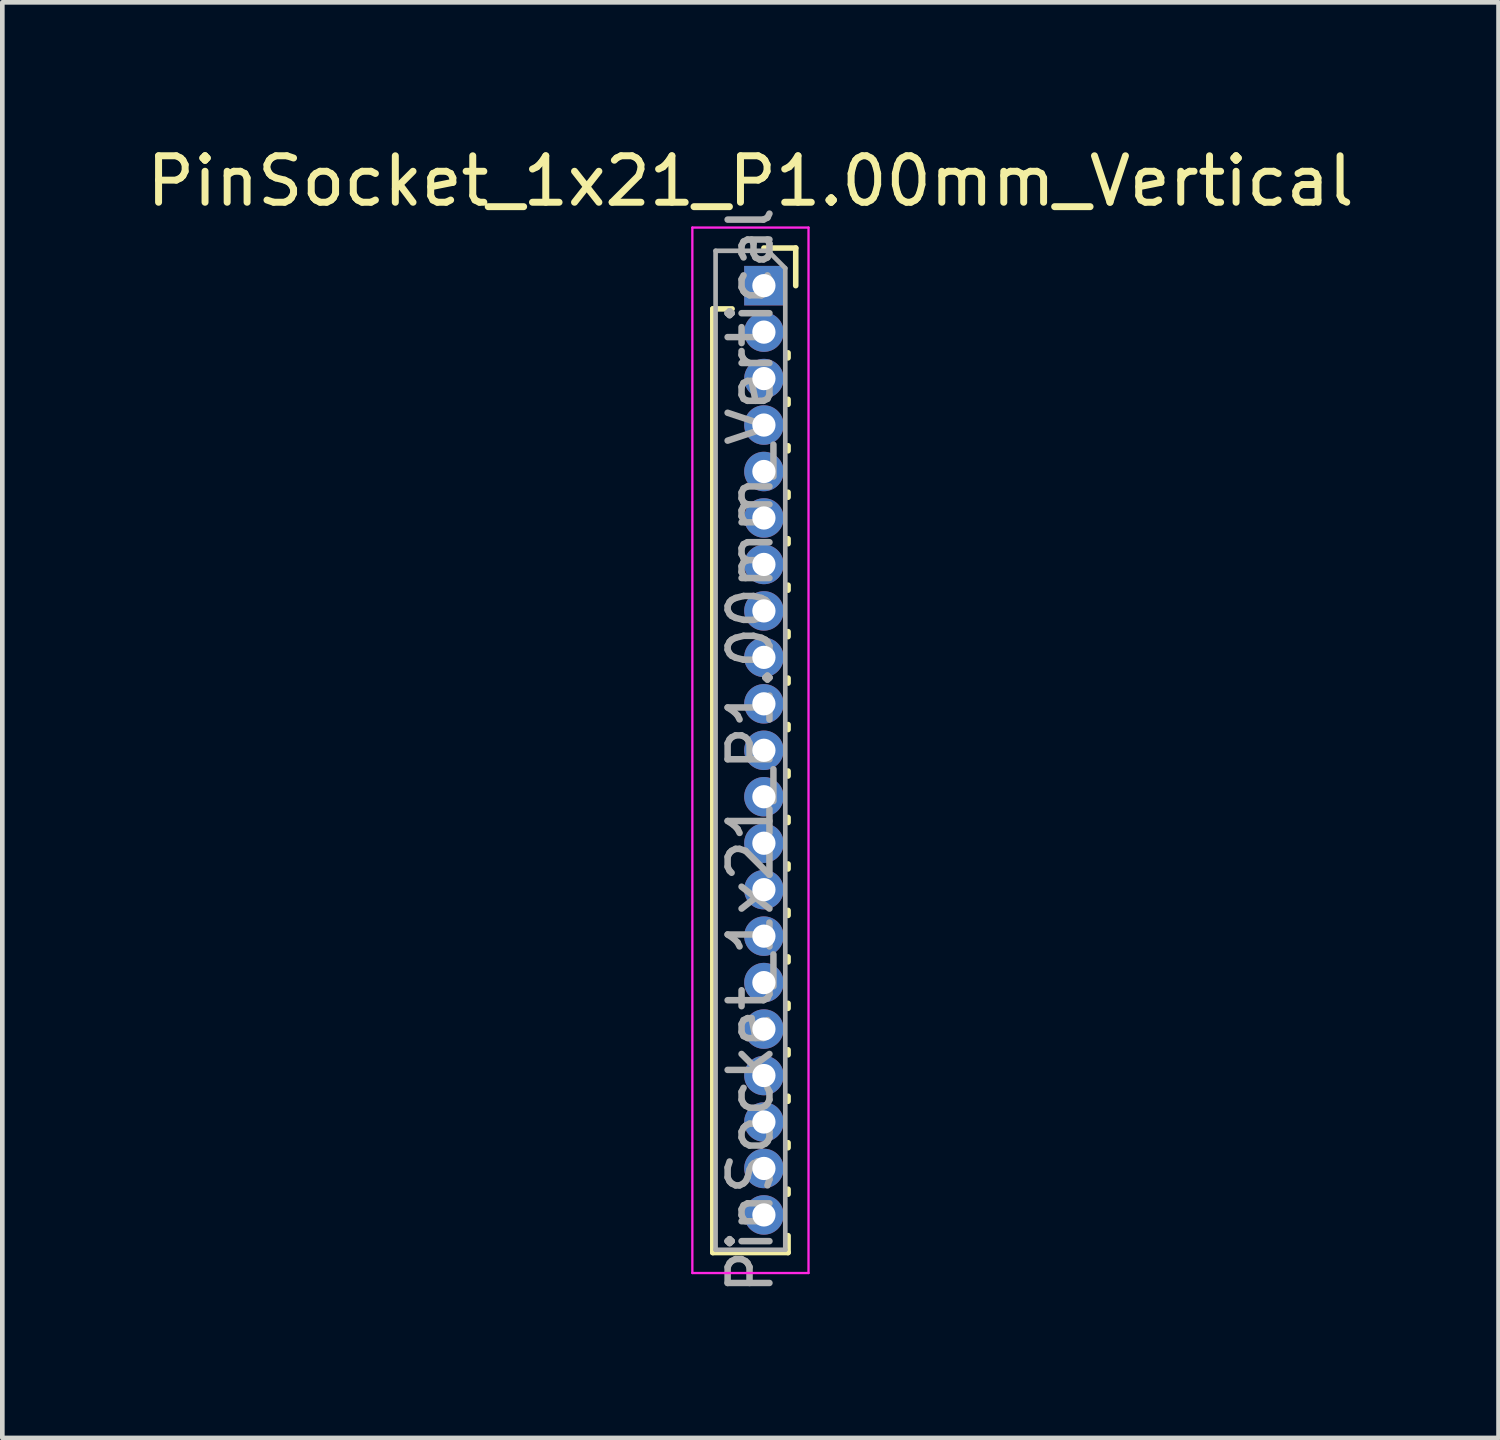
<source format=kicad_pcb>
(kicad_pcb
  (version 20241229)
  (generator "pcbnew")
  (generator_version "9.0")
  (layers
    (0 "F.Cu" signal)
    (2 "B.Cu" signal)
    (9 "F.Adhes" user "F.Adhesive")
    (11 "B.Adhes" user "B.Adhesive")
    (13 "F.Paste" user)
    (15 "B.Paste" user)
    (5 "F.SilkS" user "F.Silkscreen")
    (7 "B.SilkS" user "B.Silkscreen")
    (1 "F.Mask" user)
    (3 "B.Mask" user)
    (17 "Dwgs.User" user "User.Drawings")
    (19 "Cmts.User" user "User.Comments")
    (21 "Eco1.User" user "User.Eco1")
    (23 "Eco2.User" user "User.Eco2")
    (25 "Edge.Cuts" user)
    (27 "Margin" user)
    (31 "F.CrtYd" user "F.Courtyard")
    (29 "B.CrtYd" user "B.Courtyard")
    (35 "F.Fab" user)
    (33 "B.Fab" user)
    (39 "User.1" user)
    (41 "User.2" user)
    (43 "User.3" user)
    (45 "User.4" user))
  (footprint "PinSocket_1x21_P1.00mm_Vertical"
    (layer "F.Cu")
    (at 13.391 3.098)
    (property "Reference" "PinSocket_1x21_P1.00mm_Vertical" (at -0.29 -2.25 0) (layer "F.SilkS") (effects (font (size 1 1) (thickness 0.15))))
    (attr through_hole)
    (fp_line (start -1.1 0.5) (end -1.1 20.81) (stroke (width 0.12) (type solid)) (layer "F.SilkS"))
    (fp_line (start -1.1 0.5) (end -0.685 0.5) (stroke (width 0.12) (type solid)) (layer "F.SilkS"))
    (fp_line (start -1.1 20.81) (end 0.52 20.81) (stroke (width 0.12) (type solid)) (layer "F.SilkS"))
    (fp_line (start 0 -0.81) (end 0.685 -0.81) (stroke (width 0.12) (type solid)) (layer "F.SilkS"))
    (fp_line (start 0.52 1.446) (end 0.52 1.554) (stroke (width 0.12) (type solid)) (layer "F.SilkS"))
    (fp_line (start 0.52 2.446) (end 0.52 2.554) (stroke (width 0.12) (type solid)) (layer "F.SilkS"))
    (fp_line (start 0.52 3.446) (end 0.52 3.554) (stroke (width 0.12) (type solid)) (layer "F.SilkS"))
    (fp_line (start 0.52 4.446) (end 0.52 4.554) (stroke (width 0.12) (type solid)) (layer "F.SilkS"))
    (fp_line (start 0.52 5.446) (end 0.52 5.554) (stroke (width 0.12) (type solid)) (layer "F.SilkS"))
    (fp_line (start 0.52 6.446) (end 0.52 6.554) (stroke (width 0.12) (type solid)) (layer "F.SilkS"))
    (fp_line (start 0.52 7.446) (end 0.52 7.554) (stroke (width 0.12) (type solid)) (layer "F.SilkS"))
    (fp_line (start 0.52 8.446) (end 0.52 8.554) (stroke (width 0.12) (type solid)) (layer "F.SilkS"))
    (fp_line (start 0.52 9.446) (end 0.52 9.554) (stroke (width 0.12) (type solid)) (layer "F.SilkS"))
    (fp_line (start 0.52 10.446) (end 0.52 10.554) (stroke (width 0.12) (type solid)) (layer "F.SilkS"))
    (fp_line (start 0.52 11.446) (end 0.52 11.554) (stroke (width 0.12) (type solid)) (layer "F.SilkS"))
    (fp_line (start 0.52 12.446) (end 0.52 12.554) (stroke (width 0.12) (type solid)) (layer "F.SilkS"))
    (fp_line (start 0.52 13.446) (end 0.52 13.554) (stroke (width 0.12) (type solid)) (layer "F.SilkS"))
    (fp_line (start 0.52 14.446) (end 0.52 14.554) (stroke (width 0.12) (type solid)) (layer "F.SilkS"))
    (fp_line (start 0.52 15.446) (end 0.52 15.554) (stroke (width 0.12) (type solid)) (layer "F.SilkS"))
    (fp_line (start 0.52 16.446) (end 0.52 16.554) (stroke (width 0.12) (type solid)) (layer "F.SilkS"))
    (fp_line (start 0.52 17.446) (end 0.52 17.554) (stroke (width 0.12) (type solid)) (layer "F.SilkS"))
    (fp_line (start 0.52 18.446) (end 0.52 18.554) (stroke (width 0.12) (type solid)) (layer "F.SilkS"))
    (fp_line (start 0.52 19.446) (end 0.52 19.554) (stroke (width 0.12) (type solid)) (layer "F.SilkS"))
    (fp_line (start 0.52 20.446) (end 0.52 20.81) (stroke (width 0.12) (type solid)) (layer "F.SilkS"))
    (fp_line (start 0.685 -0.81) (end 0.685 0) (stroke (width 0.12) (type solid)) (layer "F.SilkS"))
    (fp_line (start -1.54 -1.25) (end 0.96 -1.25) (stroke (width 0.05) (type solid)) (layer "F.CrtYd"))
    (fp_line (start -1.54 21.25) (end -1.54 -1.25) (stroke (width 0.05) (type solid)) (layer "F.CrtYd"))
    (fp_line (start 0.96 -1.25) (end 0.96 21.25) (stroke (width 0.05) (type solid)) (layer "F.CrtYd"))
    (fp_line (start 0.96 21.25) (end -1.54 21.25) (stroke (width 0.05) (type solid)) (layer "F.CrtYd"))
    (fp_line (start -1.04 -0.75) (end 0.085 -0.75) (stroke (width 0.1) (type solid)) (layer "F.Fab"))
    (fp_line (start -1.04 20.75) (end -1.04 -0.75) (stroke (width 0.1) (type solid)) (layer "F.Fab"))
    (fp_line (start 0.085 -0.75) (end 0.46 -0.375) (stroke (width 0.1) (type solid)) (layer "F.Fab"))
    (fp_line (start 0.46 -0.375) (end 0.46 20.75) (stroke (width 0.1) (type solid)) (layer "F.Fab"))
    (fp_line (start 0.46 20.75) (end -1.04 20.75) (stroke (width 0.1) (type solid)) (layer "F.Fab"))
    (fp_text user "${REFERENCE}" (at -0.29 10 90) (layer "F.Fab") (effects (font (size 0.9 0.9) (thickness 0.14))))
    (pad "1" thru_hole rect (at 0 0) (size 0.85 0.85) (drill 0.5) (layers "*.Cu" "*.Mask"))
    (pad "2" thru_hole oval (at 0 1) (size 0.85 0.85) (drill 0.5) (layers "*.Cu" "*.Mask"))
    (pad "3" thru_hole oval (at 0 2) (size 0.85 0.85) (drill 0.5) (layers "*.Cu" "*.Mask"))
    (pad "4" thru_hole oval (at 0 3) (size 0.85 0.85) (drill 0.5) (layers "*.Cu" "*.Mask"))
    (pad "5" thru_hole oval (at 0 4) (size 0.85 0.85) (drill 0.5) (layers "*.Cu" "*.Mask"))
    (pad "6" thru_hole oval (at 0 5) (size 0.85 0.85) (drill 0.5) (layers "*.Cu" "*.Mask"))
    (pad "7" thru_hole oval (at 0 6) (size 0.85 0.85) (drill 0.5) (layers "*.Cu" "*.Mask"))
    (pad "8" thru_hole oval (at 0 7) (size 0.85 0.85) (drill 0.5) (layers "*.Cu" "*.Mask"))
    (pad "9" thru_hole oval (at 0 8) (size 0.85 0.85) (drill 0.5) (layers "*.Cu" "*.Mask"))
    (pad "10" thru_hole oval (at 0 9) (size 0.85 0.85) (drill 0.5) (layers "*.Cu" "*.Mask"))
    (pad "11" thru_hole oval (at 0 10) (size 0.85 0.85) (drill 0.5) (layers "*.Cu" "*.Mask"))
    (pad "12" thru_hole oval (at 0 11) (size 0.85 0.85) (drill 0.5) (layers "*.Cu" "*.Mask"))
    (pad "13" thru_hole oval (at 0 12) (size 0.85 0.85) (drill 0.5) (layers "*.Cu" "*.Mask"))
    (pad "14" thru_hole oval (at 0 13) (size 0.85 0.85) (drill 0.5) (layers "*.Cu" "*.Mask"))
    (pad "15" thru_hole oval (at 0 14) (size 0.85 0.85) (drill 0.5) (layers "*.Cu" "*.Mask"))
    (pad "16" thru_hole oval (at 0 15) (size 0.85 0.85) (drill 0.5) (layers "*.Cu" "*.Mask"))
    (pad "17" thru_hole oval (at 0 16) (size 0.85 0.85) (drill 0.5) (layers "*.Cu" "*.Mask"))
    (pad "18" thru_hole oval (at 0 17) (size 0.85 0.85) (drill 0.5) (layers "*.Cu" "*.Mask"))
    (pad "19" thru_hole oval (at 0 18) (size 0.85 0.85) (drill 0.5) (layers "*.Cu" "*.Mask"))
    (pad "20" thru_hole oval (at 0 19) (size 0.85 0.85) (drill 0.5) (layers "*.Cu" "*.Mask"))
    (pad "21" thru_hole oval (at 0 20) (size 0.85 0.85) (drill 0.5) (layers "*.Cu" "*.Mask")))
  (gr_rect
    (start -3 -3)
    (end 29.202 27.897)
    (stroke (width 0.1) (type default))
    (fill no)
    (layer "Edge.Cuts")))
</source>
